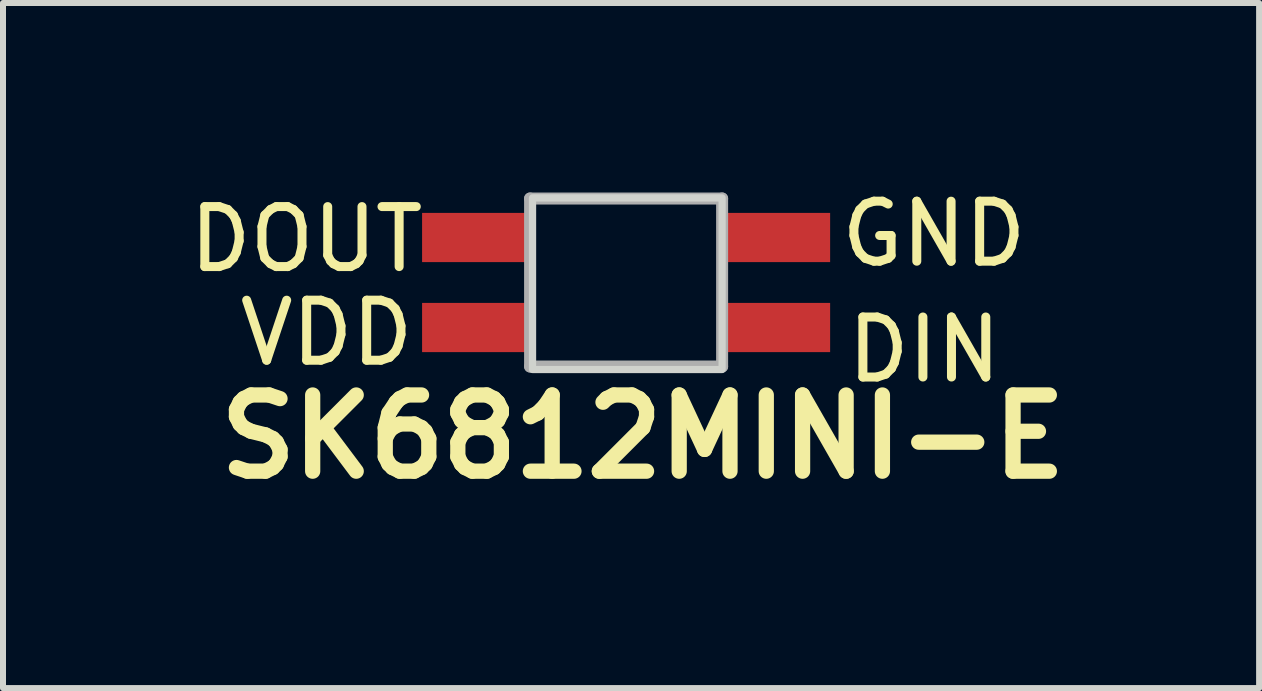
<source format=kicad_pcb>
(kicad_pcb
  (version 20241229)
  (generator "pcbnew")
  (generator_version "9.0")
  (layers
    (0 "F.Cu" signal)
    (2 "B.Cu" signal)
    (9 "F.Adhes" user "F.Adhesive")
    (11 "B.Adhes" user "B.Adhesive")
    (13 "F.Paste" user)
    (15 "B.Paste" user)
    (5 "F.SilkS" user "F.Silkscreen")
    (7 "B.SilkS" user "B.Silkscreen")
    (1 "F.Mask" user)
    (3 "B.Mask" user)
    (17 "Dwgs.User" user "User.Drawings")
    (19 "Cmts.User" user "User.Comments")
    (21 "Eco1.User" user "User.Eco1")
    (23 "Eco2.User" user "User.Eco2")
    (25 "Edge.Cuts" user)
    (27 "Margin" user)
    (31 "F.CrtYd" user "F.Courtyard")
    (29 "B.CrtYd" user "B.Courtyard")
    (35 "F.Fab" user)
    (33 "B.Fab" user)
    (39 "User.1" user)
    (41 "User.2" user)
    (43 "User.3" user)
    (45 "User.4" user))
  (footprint "SK6812MINI-E"
    (layer "F.Cu")
    (at 7.384 1.658)
    (property "Reference" "SK6812MINI-E" (at 0.28 2.57 0) (layer "F.SilkS") (effects (font (size 1.27 1.27) (thickness 0.254))))
    (attr smd)
    (fp_line (start -1.25 1.4) (end -1.25 1.4) (stroke (width 0.1) (type solid)) (layer "F.SilkS"))
    (fp_line (start -1.25 1.4) (end 1.25 1.4) (stroke (width 0.1) (type solid)) (layer "F.SilkS"))
    (fp_line (start 1.25 1.4) (end -1.25 1.4) (stroke (width 0.1) (type solid)) (layer "F.SilkS"))
    (fp_line (start 1.25 1.4) (end 1.25 1.4) (stroke (width 0.1) (type solid)) (layer "F.SilkS"))
    (fp_rect (start 1.6 -1.41) (end -1.56 1.45) (stroke (width 0.12) (type solid)) (fill no) (layer "Edge.Cuts"))
    (fp_line (start -1.6 -1.4) (end 1.6 -1.4) (stroke (width 0.2) (type solid)) (layer "F.Fab"))
    (fp_line (start -1.6 1.4) (end -1.6 -1.4) (stroke (width 0.2) (type solid)) (layer "F.Fab"))
    (fp_line (start 1.6 -1.4) (end 1.6 1.4) (stroke (width 0.2) (type solid)) (layer "F.Fab"))
    (fp_line (start 1.6 1.4) (end -1.6 1.4) (stroke (width 0.2) (type solid)) (layer "F.Fab"))
    (fp_text user "DOUT" (at -5.33 -0.72 0) (unlocked yes) (layer "F.SilkS") (effects (font (size 1 1) (thickness 0.15))))
    (fp_text user "GND" (at 5.13 -0.81 0) (unlocked yes) (layer "F.SilkS") (effects (font (size 1 1) (thickness 0.15))))
    (fp_text user "DIN" (at 4.97 1.12 0) (unlocked yes) (layer "F.SilkS") (effects (font (size 1 1) (thickness 0.15))))
    (fp_text user "VDD" (at -4.99 0.84 0) (unlocked yes) (layer "F.SilkS") (effects (font (size 1 1) (thickness 0.15))))
    (pad "1" smd rect (at -2.5 0.75 90) (size 0.82 1.8) (layers "F.Cu" "F.Mask" "F.Paste"))
    (pad "2" smd rect (at -2.5 -0.75 90) (size 0.82 1.8) (layers "F.Cu" "F.Mask" "F.Paste"))
    (pad "3" smd rect (at 2.5 -0.75 90) (size 0.82 1.8) (layers "F.Cu" "F.Mask" "F.Paste"))
    (pad "4" smd rect (at 2.5 0.75 90) (size 0.82 1.8) (layers "F.Cu" "F.Mask" "F.Paste")))
  (gr_rect
    (start -3 -3)
    (end 17.933 8.417)
    (stroke (width 0.1) (type default))
    (fill no)
    (layer "Edge.Cuts")))
</source>
